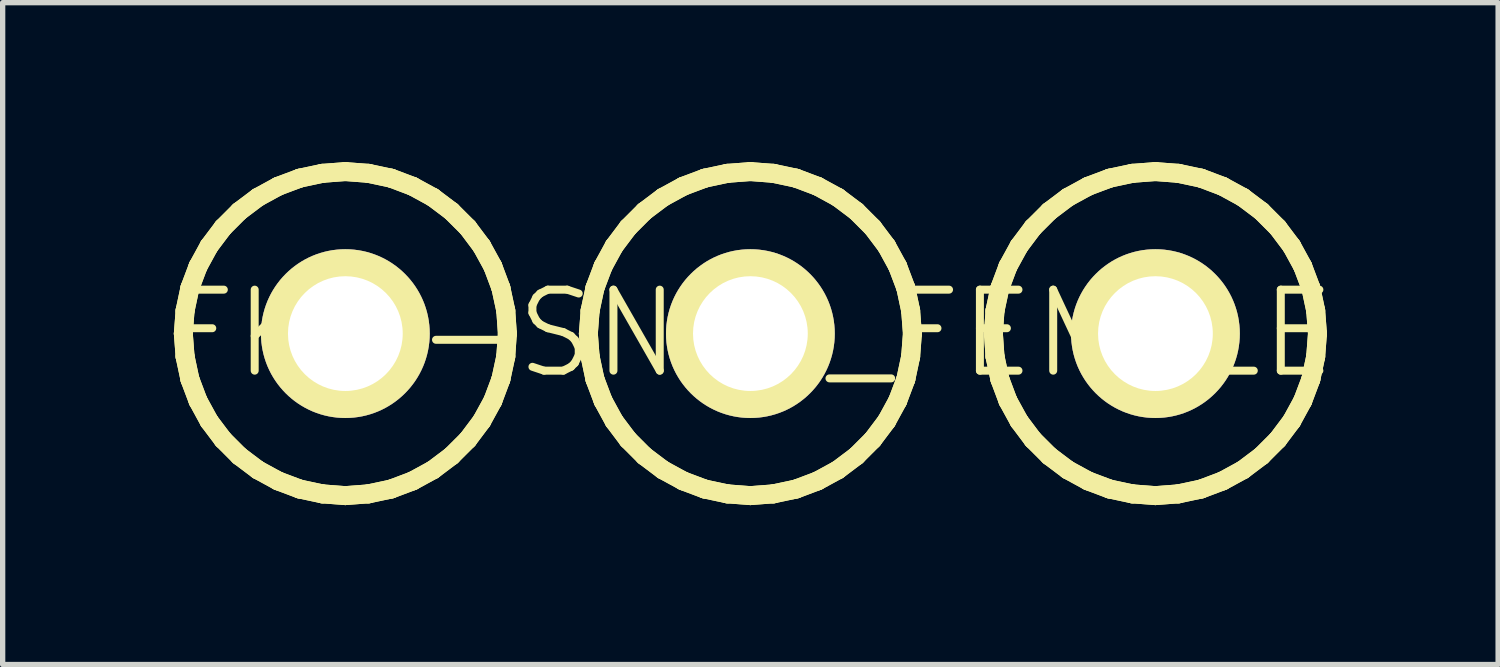
<source format=kicad_pcb>
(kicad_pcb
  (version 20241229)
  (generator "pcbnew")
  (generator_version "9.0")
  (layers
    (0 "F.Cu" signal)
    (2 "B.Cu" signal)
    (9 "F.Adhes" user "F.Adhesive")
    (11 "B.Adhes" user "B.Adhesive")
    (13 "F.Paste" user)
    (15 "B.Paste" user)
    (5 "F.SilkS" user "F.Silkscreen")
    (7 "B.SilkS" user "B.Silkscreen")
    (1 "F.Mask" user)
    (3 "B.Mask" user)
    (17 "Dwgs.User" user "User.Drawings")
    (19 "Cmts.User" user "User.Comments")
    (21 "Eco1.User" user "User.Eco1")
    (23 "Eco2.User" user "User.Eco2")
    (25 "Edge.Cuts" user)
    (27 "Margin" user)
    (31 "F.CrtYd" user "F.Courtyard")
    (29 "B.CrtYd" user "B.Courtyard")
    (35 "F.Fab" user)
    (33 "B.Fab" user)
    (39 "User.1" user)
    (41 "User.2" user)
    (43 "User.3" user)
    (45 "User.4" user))
  (footprint "FKIT-SNAP_FEMALE"
    (layer "F.Cu")
    (at 11.067 3.226)
    (property "Reference" "FKIT-SNAP_FEMALE" (at 0 0 0) (layer "F.SilkS") (effects (font (size 1.524 1.524) (thickness 0.15))))
    (attr exclude_from_pos_files exclude_from_bom)
    (fp_line (start -10.668 0) (end -10.635 -0.432) (stroke (width 0.254) (type solid)) (layer "B.Cu"))
    (fp_line (start -10.635 -0.432) (end -10.544 -0.859) (stroke (width 0.254) (type solid)) (layer "B.Cu"))
    (fp_line (start -10.635 0.432) (end -10.668 0) (stroke (width 0.254) (type solid)) (layer "B.Cu"))
    (fp_line (start -10.544 -0.859) (end -10.391 -1.265) (stroke (width 0.254) (type solid)) (layer "B.Cu"))
    (fp_line (start -10.544 0.859) (end -10.635 0.432) (stroke (width 0.254) (type solid)) (layer "B.Cu"))
    (fp_line (start -10.391 -1.265) (end -10.183 -1.646) (stroke (width 0.254) (type solid)) (layer "B.Cu"))
    (fp_line (start -10.391 1.265) (end -10.544 0.859) (stroke (width 0.254) (type solid)) (layer "B.Cu"))
    (fp_line (start -10.183 -1.646) (end -9.921 -1.994) (stroke (width 0.254) (type solid)) (layer "B.Cu"))
    (fp_line (start -10.183 1.646) (end -10.391 1.265) (stroke (width 0.254) (type solid)) (layer "B.Cu"))
    (fp_line (start -9.921 -1.994) (end -9.614 -2.301) (stroke (width 0.254) (type solid)) (layer "B.Cu"))
    (fp_line (start -9.921 1.994) (end -10.183 1.646) (stroke (width 0.254) (type solid)) (layer "B.Cu"))
    (fp_line (start -9.614 -2.301) (end -9.266 -2.563) (stroke (width 0.254) (type solid)) (layer "B.Cu"))
    (fp_line (start -9.614 2.301) (end -9.921 1.994) (stroke (width 0.254) (type solid)) (layer "B.Cu"))
    (fp_line (start -9.266 -2.563) (end -8.885 -2.771) (stroke (width 0.254) (type solid)) (layer "B.Cu"))
    (fp_line (start -9.266 2.563) (end -9.614 2.301) (stroke (width 0.254) (type solid)) (layer "B.Cu"))
    (fp_line (start -8.885 -2.771) (end -8.479 -2.924) (stroke (width 0.254) (type solid)) (layer "B.Cu"))
    (fp_line (start -8.885 2.771) (end -9.266 2.563) (stroke (width 0.254) (type solid)) (layer "B.Cu"))
    (fp_line (start -8.479 -2.924) (end -8.052 -3.015) (stroke (width 0.254) (type solid)) (layer "B.Cu"))
    (fp_line (start -8.479 2.924) (end -8.885 2.771) (stroke (width 0.254) (type solid)) (layer "B.Cu"))
    (fp_line (start -8.052 -3.015) (end -7.62 -3.048) (stroke (width 0.254) (type solid)) (layer "B.Cu"))
    (fp_line (start -8.052 3.015) (end -8.479 2.924) (stroke (width 0.254) (type solid)) (layer "B.Cu"))
    (fp_line (start -7.62 -3.048) (end -7.186 -3.015) (stroke (width 0.254) (type solid)) (layer "B.Cu"))
    (fp_line (start -7.62 3.048) (end -8.052 3.015) (stroke (width 0.254) (type solid)) (layer "B.Cu"))
    (fp_line (start -7.186 -3.015) (end -6.759 -2.924) (stroke (width 0.254) (type solid)) (layer "B.Cu"))
    (fp_line (start -7.186 3.015) (end -7.62 3.048) (stroke (width 0.254) (type solid)) (layer "B.Cu"))
    (fp_line (start -6.759 -2.924) (end -6.353 -2.771) (stroke (width 0.254) (type solid)) (layer "B.Cu"))
    (fp_line (start -6.759 2.924) (end -7.186 3.015) (stroke (width 0.254) (type solid)) (layer "B.Cu"))
    (fp_line (start -6.353 -2.771) (end -5.972 -2.563) (stroke (width 0.254) (type solid)) (layer "B.Cu"))
    (fp_line (start -6.353 2.771) (end -6.759 2.924) (stroke (width 0.254) (type solid)) (layer "B.Cu"))
    (fp_line (start -5.972 -2.563) (end -5.624 -2.301) (stroke (width 0.254) (type solid)) (layer "B.Cu"))
    (fp_line (start -5.972 2.563) (end -6.353 2.771) (stroke (width 0.254) (type solid)) (layer "B.Cu"))
    (fp_line (start -5.624 -2.301) (end -5.316 -1.994) (stroke (width 0.254) (type solid)) (layer "B.Cu"))
    (fp_line (start -5.624 2.301) (end -5.972 2.563) (stroke (width 0.254) (type solid)) (layer "B.Cu"))
    (fp_line (start -5.316 -1.994) (end -5.055 -1.646) (stroke (width 0.254) (type solid)) (layer "B.Cu"))
    (fp_line (start -5.316 1.994) (end -5.624 2.301) (stroke (width 0.254) (type solid)) (layer "B.Cu"))
    (fp_line (start -5.055 -1.646) (end -4.846 -1.265) (stroke (width 0.254) (type solid)) (layer "B.Cu"))
    (fp_line (start -5.055 1.646) (end -5.316 1.994) (stroke (width 0.254) (type solid)) (layer "B.Cu"))
    (fp_line (start -4.846 -1.265) (end -4.694 -0.859) (stroke (width 0.254) (type solid)) (layer "B.Cu"))
    (fp_line (start -4.846 1.265) (end -5.055 1.646) (stroke (width 0.254) (type solid)) (layer "B.Cu"))
    (fp_line (start -4.694 -0.859) (end -4.602 -0.432) (stroke (width 0.254) (type solid)) (layer "B.Cu"))
    (fp_line (start -4.694 0.859) (end -4.846 1.265) (stroke (width 0.254) (type solid)) (layer "B.Cu"))
    (fp_line (start -4.602 -0.432) (end -4.572 0) (stroke (width 0.254) (type solid)) (layer "B.Cu"))
    (fp_line (start -4.602 0.432) (end -4.694 0.859) (stroke (width 0.254) (type solid)) (layer "B.Cu"))
    (fp_line (start -4.572 0) (end -4.602 0.432) (stroke (width 0.254) (type solid)) (layer "B.Cu"))
    (fp_line (start -3.048 0) (end -3.015 -0.432) (stroke (width 0.254) (type solid)) (layer "B.Cu"))
    (fp_line (start -3.015 -0.432) (end -2.924 -0.859) (stroke (width 0.254) (type solid)) (layer "B.Cu"))
    (fp_line (start -3.015 0.432) (end -3.048 0) (stroke (width 0.254) (type solid)) (layer "B.Cu"))
    (fp_line (start -2.924 -0.859) (end -2.771 -1.265) (stroke (width 0.254) (type solid)) (layer "B.Cu"))
    (fp_line (start -2.924 0.859) (end -3.015 0.432) (stroke (width 0.254) (type solid)) (layer "B.Cu"))
    (fp_line (start -2.771 -1.265) (end -2.563 -1.646) (stroke (width 0.254) (type solid)) (layer "B.Cu"))
    (fp_line (start -2.771 1.265) (end -2.924 0.859) (stroke (width 0.254) (type solid)) (layer "B.Cu"))
    (fp_line (start -2.563 -1.646) (end -2.301 -1.994) (stroke (width 0.254) (type solid)) (layer "B.Cu"))
    (fp_line (start -2.563 1.646) (end -2.771 1.265) (stroke (width 0.254) (type solid)) (layer "B.Cu"))
    (fp_line (start -2.301 -1.994) (end -1.994 -2.301) (stroke (width 0.254) (type solid)) (layer "B.Cu"))
    (fp_line (start -2.301 1.994) (end -2.563 1.646) (stroke (width 0.254) (type solid)) (layer "B.Cu"))
    (fp_line (start -1.994 -2.301) (end -1.646 -2.563) (stroke (width 0.254) (type solid)) (layer "B.Cu"))
    (fp_line (start -1.994 2.301) (end -2.301 1.994) (stroke (width 0.254) (type solid)) (layer "B.Cu"))
    (fp_line (start -1.646 -2.563) (end -1.265 -2.771) (stroke (width 0.254) (type solid)) (layer "B.Cu"))
    (fp_line (start -1.646 2.563) (end -1.994 2.301) (stroke (width 0.254) (type solid)) (layer "B.Cu"))
    (fp_line (start -1.265 -2.771) (end -0.859 -2.924) (stroke (width 0.254) (type solid)) (layer "B.Cu"))
    (fp_line (start -1.265 2.771) (end -1.646 2.563) (stroke (width 0.254) (type solid)) (layer "B.Cu"))
    (fp_line (start -0.859 -2.924) (end -0.432 -3.015) (stroke (width 0.254) (type solid)) (layer "B.Cu"))
    (fp_line (start -0.859 2.924) (end -1.265 2.771) (stroke (width 0.254) (type solid)) (layer "B.Cu"))
    (fp_line (start -0.432 -3.015) (end 0 -3.048) (stroke (width 0.254) (type solid)) (layer "B.Cu"))
    (fp_line (start -0.432 3.015) (end -0.859 2.924) (stroke (width 0.254) (type solid)) (layer "B.Cu"))
    (fp_line (start 0 -3.048) (end 0.432 -3.015) (stroke (width 0.254) (type solid)) (layer "B.Cu"))
    (fp_line (start 0 3.048) (end -0.432 3.015) (stroke (width 0.254) (type solid)) (layer "B.Cu"))
    (fp_line (start 0.432 -3.015) (end 0.859 -2.924) (stroke (width 0.254) (type solid)) (layer "B.Cu"))
    (fp_line (start 0.432 3.015) (end 0 3.048) (stroke (width 0.254) (type solid)) (layer "B.Cu"))
    (fp_line (start 0.859 -2.924) (end 1.265 -2.771) (stroke (width 0.254) (type solid)) (layer "B.Cu"))
    (fp_line (start 0.859 2.924) (end 0.432 3.015) (stroke (width 0.254) (type solid)) (layer "B.Cu"))
    (fp_line (start 1.265 -2.771) (end 1.646 -2.563) (stroke (width 0.254) (type solid)) (layer "B.Cu"))
    (fp_line (start 1.265 2.771) (end 0.859 2.924) (stroke (width 0.254) (type solid)) (layer "B.Cu"))
    (fp_line (start 1.646 -2.563) (end 1.994 -2.301) (stroke (width 0.254) (type solid)) (layer "B.Cu"))
    (fp_line (start 1.646 2.563) (end 1.265 2.771) (stroke (width 0.254) (type solid)) (layer "B.Cu"))
    (fp_line (start 1.994 -2.301) (end 2.301 -1.994) (stroke (width 0.254) (type solid)) (layer "B.Cu"))
    (fp_line (start 1.994 2.301) (end 1.646 2.563) (stroke (width 0.254) (type solid)) (layer "B.Cu"))
    (fp_line (start 2.301 -1.994) (end 2.563 -1.646) (stroke (width 0.254) (type solid)) (layer "B.Cu"))
    (fp_line (start 2.301 1.994) (end 1.994 2.301) (stroke (width 0.254) (type solid)) (layer "B.Cu"))
    (fp_line (start 2.563 -1.646) (end 2.771 -1.265) (stroke (width 0.254) (type solid)) (layer "B.Cu"))
    (fp_line (start 2.563 1.646) (end 2.301 1.994) (stroke (width 0.254) (type solid)) (layer "B.Cu"))
    (fp_line (start 2.771 -1.265) (end 2.924 -0.859) (stroke (width 0.254) (type solid)) (layer "B.Cu"))
    (fp_line (start 2.771 1.265) (end 2.563 1.646) (stroke (width 0.254) (type solid)) (layer "B.Cu"))
    (fp_line (start 2.924 -0.859) (end 3.015 -0.432) (stroke (width 0.254) (type solid)) (layer "B.Cu"))
    (fp_line (start 2.924 0.859) (end 2.771 1.265) (stroke (width 0.254) (type solid)) (layer "B.Cu"))
    (fp_line (start 3.015 -0.432) (end 3.048 0) (stroke (width 0.254) (type solid)) (layer "B.Cu"))
    (fp_line (start 3.015 0.432) (end 2.924 0.859) (stroke (width 0.254) (type solid)) (layer "B.Cu"))
    (fp_line (start 3.048 0) (end 3.015 0.432) (stroke (width 0.254) (type solid)) (layer "B.Cu"))
    (fp_line (start 4.572 0) (end 4.602 -0.432) (stroke (width 0.254) (type solid)) (layer "B.Cu"))
    (fp_line (start 4.602 -0.432) (end 4.694 -0.859) (stroke (width 0.254) (type solid)) (layer "B.Cu"))
    (fp_line (start 4.602 0.432) (end 4.572 0) (stroke (width 0.254) (type solid)) (layer "B.Cu"))
    (fp_line (start 4.694 -0.859) (end 4.846 -1.265) (stroke (width 0.254) (type solid)) (layer "B.Cu"))
    (fp_line (start 4.694 0.859) (end 4.602 0.432) (stroke (width 0.254) (type solid)) (layer "B.Cu"))
    (fp_line (start 4.846 -1.265) (end 5.055 -1.646) (stroke (width 0.254) (type solid)) (layer "B.Cu"))
    (fp_line (start 4.846 1.265) (end 4.694 0.859) (stroke (width 0.254) (type solid)) (layer "B.Cu"))
    (fp_line (start 5.055 -1.646) (end 5.316 -1.994) (stroke (width 0.254) (type solid)) (layer "B.Cu"))
    (fp_line (start 5.055 1.646) (end 4.846 1.265) (stroke (width 0.254) (type solid)) (layer "B.Cu"))
    (fp_line (start 5.316 -1.994) (end 5.624 -2.301) (stroke (width 0.254) (type solid)) (layer "B.Cu"))
    (fp_line (start 5.316 1.994) (end 5.055 1.646) (stroke (width 0.254) (type solid)) (layer "B.Cu"))
    (fp_line (start 5.624 -2.301) (end 5.972 -2.563) (stroke (width 0.254) (type solid)) (layer "B.Cu"))
    (fp_line (start 5.624 2.301) (end 5.316 1.994) (stroke (width 0.254) (type solid)) (layer "B.Cu"))
    (fp_line (start 5.972 -2.563) (end 6.353 -2.771) (stroke (width 0.254) (type solid)) (layer "B.Cu"))
    (fp_line (start 5.972 2.563) (end 5.624 2.301) (stroke (width 0.254) (type solid)) (layer "B.Cu"))
    (fp_line (start 6.353 -2.771) (end 6.759 -2.924) (stroke (width 0.254) (type solid)) (layer "B.Cu"))
    (fp_line (start 6.353 2.771) (end 5.972 2.563) (stroke (width 0.254) (type solid)) (layer "B.Cu"))
    (fp_line (start 6.759 -2.924) (end 7.186 -3.015) (stroke (width 0.254) (type solid)) (layer "B.Cu"))
    (fp_line (start 6.759 2.924) (end 6.353 2.771) (stroke (width 0.254) (type solid)) (layer "B.Cu"))
    (fp_line (start 7.186 -3.015) (end 7.62 -3.048) (stroke (width 0.254) (type solid)) (layer "B.Cu"))
    (fp_line (start 7.186 3.015) (end 6.759 2.924) (stroke (width 0.254) (type solid)) (layer "B.Cu"))
    (fp_line (start 7.62 -3.048) (end 8.052 -3.015) (stroke (width 0.254) (type solid)) (layer "B.Cu"))
    (fp_line (start 7.62 3.048) (end 7.186 3.015) (stroke (width 0.254) (type solid)) (layer "B.Cu"))
    (fp_line (start 8.052 -3.015) (end 8.479 -2.924) (stroke (width 0.254) (type solid)) (layer "B.Cu"))
    (fp_line (start 8.052 3.015) (end 7.62 3.048) (stroke (width 0.254) (type solid)) (layer "B.Cu"))
    (fp_line (start 8.479 -2.924) (end 8.885 -2.771) (stroke (width 0.254) (type solid)) (layer "B.Cu"))
    (fp_line (start 8.479 2.924) (end 8.052 3.015) (stroke (width 0.254) (type solid)) (layer "B.Cu"))
    (fp_line (start 8.885 -2.771) (end 9.266 -2.563) (stroke (width 0.254) (type solid)) (layer "B.Cu"))
    (fp_line (start 8.885 2.771) (end 8.479 2.924) (stroke (width 0.254) (type solid)) (layer "B.Cu"))
    (fp_line (start 9.266 -2.563) (end 9.614 -2.301) (stroke (width 0.254) (type solid)) (layer "B.Cu"))
    (fp_line (start 9.266 2.563) (end 8.885 2.771) (stroke (width 0.254) (type solid)) (layer "B.Cu"))
    (fp_line (start 9.614 -2.301) (end 9.921 -1.994) (stroke (width 0.254) (type solid)) (layer "B.Cu"))
    (fp_line (start 9.614 2.301) (end 9.266 2.563) (stroke (width 0.254) (type solid)) (layer "B.Cu"))
    (fp_line (start 9.921 -1.994) (end 10.183 -1.646) (stroke (width 0.254) (type solid)) (layer "B.Cu"))
    (fp_line (start 9.921 1.994) (end 9.614 2.301) (stroke (width 0.254) (type solid)) (layer "B.Cu"))
    (fp_line (start 10.183 -1.646) (end 10.391 -1.265) (stroke (width 0.254) (type solid)) (layer "B.Cu"))
    (fp_line (start 10.183 1.646) (end 9.921 1.994) (stroke (width 0.254) (type solid)) (layer "B.Cu"))
    (fp_line (start 10.391 -1.265) (end 10.544 -0.859) (stroke (width 0.254) (type solid)) (layer "B.Cu"))
    (fp_line (start 10.391 1.265) (end 10.183 1.646) (stroke (width 0.254) (type solid)) (layer "B.Cu"))
    (fp_line (start 10.544 -0.859) (end 10.635 -0.432) (stroke (width 0.254) (type solid)) (layer "B.Cu"))
    (fp_line (start 10.544 0.859) (end 10.391 1.265) (stroke (width 0.254) (type solid)) (layer "B.Cu"))
    (fp_line (start 10.635 -0.432) (end 10.668 0) (stroke (width 0.254) (type solid)) (layer "B.Cu"))
    (fp_line (start 10.635 0.432) (end 10.544 0.859) (stroke (width 0.254) (type solid)) (layer "B.Cu"))
    (fp_line (start 10.668 0) (end 10.635 0.432) (stroke (width 0.254) (type solid)) (layer "B.Cu"))
    (fp_line (start -10.668 0) (end -10.635 -0.432) (stroke (width 0.356) (type solid)) (layer "F.SilkS"))
    (fp_line (start -10.668 0) (end -10.635 -0.432) (stroke (width 0.356) (type solid)) (layer "F.SilkS"))
    (fp_line (start -10.635 -0.432) (end -10.544 -0.859) (stroke (width 0.356) (type solid)) (layer "F.SilkS"))
    (fp_line (start -10.635 -0.432) (end -10.544 -0.859) (stroke (width 0.356) (type solid)) (layer "F.SilkS"))
    (fp_line (start -10.635 0.432) (end -10.668 0) (stroke (width 0.356) (type solid)) (layer "F.SilkS"))
    (fp_line (start -10.635 0.432) (end -10.668 0) (stroke (width 0.356) (type solid)) (layer "F.SilkS"))
    (fp_line (start -10.544 -0.859) (end -10.391 -1.265) (stroke (width 0.356) (type solid)) (layer "F.SilkS"))
    (fp_line (start -10.544 -0.859) (end -10.391 -1.265) (stroke (width 0.356) (type solid)) (layer "F.SilkS"))
    (fp_line (start -10.544 0.859) (end -10.635 0.432) (stroke (width 0.356) (type solid)) (layer "F.SilkS"))
    (fp_line (start -10.544 0.859) (end -10.635 0.432) (stroke (width 0.356) (type solid)) (layer "F.SilkS"))
    (fp_line (start -10.391 -1.265) (end -10.183 -1.646) (stroke (width 0.356) (type solid)) (layer "F.SilkS"))
    (fp_line (start -10.391 -1.265) (end -10.183 -1.646) (stroke (width 0.356) (type solid)) (layer "F.SilkS"))
    (fp_line (start -10.391 1.265) (end -10.544 0.859) (stroke (width 0.356) (type solid)) (layer "F.SilkS"))
    (fp_line (start -10.391 1.265) (end -10.544 0.859) (stroke (width 0.356) (type solid)) (layer "F.SilkS"))
    (fp_line (start -10.183 -1.646) (end -9.921 -1.994) (stroke (width 0.356) (type solid)) (layer "F.SilkS"))
    (fp_line (start -10.183 -1.646) (end -9.921 -1.994) (stroke (width 0.356) (type solid)) (layer "F.SilkS"))
    (fp_line (start -10.183 1.646) (end -10.391 1.265) (stroke (width 0.356) (type solid)) (layer "F.SilkS"))
    (fp_line (start -10.183 1.646) (end -10.391 1.265) (stroke (width 0.356) (type solid)) (layer "F.SilkS"))
    (fp_line (start -9.921 -1.994) (end -9.614 -2.301) (stroke (width 0.356) (type solid)) (layer "F.SilkS"))
    (fp_line (start -9.921 -1.994) (end -9.614 -2.301) (stroke (width 0.356) (type solid)) (layer "F.SilkS"))
    (fp_line (start -9.921 1.994) (end -10.183 1.646) (stroke (width 0.356) (type solid)) (layer "F.SilkS"))
    (fp_line (start -9.921 1.994) (end -10.183 1.646) (stroke (width 0.356) (type solid)) (layer "F.SilkS"))
    (fp_line (start -9.614 -2.301) (end -9.266 -2.563) (stroke (width 0.356) (type solid)) (layer "F.SilkS"))
    (fp_line (start -9.614 -2.301) (end -9.266 -2.563) (stroke (width 0.356) (type solid)) (layer "F.SilkS"))
    (fp_line (start -9.614 2.301) (end -9.921 1.994) (stroke (width 0.356) (type solid)) (layer "F.SilkS"))
    (fp_line (start -9.614 2.301) (end -9.921 1.994) (stroke (width 0.356) (type solid)) (layer "F.SilkS"))
    (fp_line (start -9.266 -2.563) (end -8.885 -2.771) (stroke (width 0.356) (type solid)) (layer "F.SilkS"))
    (fp_line (start -9.266 -2.563) (end -8.885 -2.771) (stroke (width 0.356) (type solid)) (layer "F.SilkS"))
    (fp_line (start -9.266 2.563) (end -9.614 2.301) (stroke (width 0.356) (type solid)) (layer "F.SilkS"))
    (fp_line (start -9.266 2.563) (end -9.614 2.301) (stroke (width 0.356) (type solid)) (layer "F.SilkS"))
    (fp_line (start -8.885 -2.771) (end -8.479 -2.924) (stroke (width 0.356) (type solid)) (layer "F.SilkS"))
    (fp_line (start -8.885 -2.771) (end -8.479 -2.924) (stroke (width 0.356) (type solid)) (layer "F.SilkS"))
    (fp_line (start -8.885 2.771) (end -9.266 2.563) (stroke (width 0.356) (type solid)) (layer "F.SilkS"))
    (fp_line (start -8.885 2.771) (end -9.266 2.563) (stroke (width 0.356) (type solid)) (layer "F.SilkS"))
    (fp_line (start -8.479 -2.924) (end -8.052 -3.015) (stroke (width 0.356) (type solid)) (layer "F.SilkS"))
    (fp_line (start -8.479 -2.924) (end -8.052 -3.015) (stroke (width 0.356) (type solid)) (layer "F.SilkS"))
    (fp_line (start -8.479 2.924) (end -8.885 2.771) (stroke (width 0.356) (type solid)) (layer "F.SilkS"))
    (fp_line (start -8.479 2.924) (end -8.885 2.771) (stroke (width 0.356) (type solid)) (layer "F.SilkS"))
    (fp_line (start -8.052 -3.015) (end -7.62 -3.048) (stroke (width 0.356) (type solid)) (layer "F.SilkS"))
    (fp_line (start -8.052 -3.015) (end -7.62 -3.048) (stroke (width 0.356) (type solid)) (layer "F.SilkS"))
    (fp_line (start -8.052 3.015) (end -8.479 2.924) (stroke (width 0.356) (type solid)) (layer "F.SilkS"))
    (fp_line (start -8.052 3.015) (end -8.479 2.924) (stroke (width 0.356) (type solid)) (layer "F.SilkS"))
    (fp_line (start -7.62 -3.048) (end -7.186 -3.015) (stroke (width 0.356) (type solid)) (layer "F.SilkS"))
    (fp_line (start -7.62 -3.048) (end -7.186 -3.015) (stroke (width 0.356) (type solid)) (layer "F.SilkS"))
    (fp_line (start -7.62 3.048) (end -8.052 3.015) (stroke (width 0.356) (type solid)) (layer "F.SilkS"))
    (fp_line (start -7.62 3.048) (end -8.052 3.015) (stroke (width 0.356) (type solid)) (layer "F.SilkS"))
    (fp_line (start -7.186 -3.015) (end -6.759 -2.924) (stroke (width 0.356) (type solid)) (layer "F.SilkS"))
    (fp_line (start -7.186 -3.015) (end -6.759 -2.924) (stroke (width 0.356) (type solid)) (layer "F.SilkS"))
    (fp_line (start -7.186 3.015) (end -7.62 3.048) (stroke (width 0.356) (type solid)) (layer "F.SilkS"))
    (fp_line (start -7.186 3.015) (end -7.62 3.048) (stroke (width 0.356) (type solid)) (layer "F.SilkS"))
    (fp_line (start -6.759 -2.924) (end -6.353 -2.771) (stroke (width 0.356) (type solid)) (layer "F.SilkS"))
    (fp_line (start -6.759 -2.924) (end -6.353 -2.771) (stroke (width 0.356) (type solid)) (layer "F.SilkS"))
    (fp_line (start -6.759 2.924) (end -7.186 3.015) (stroke (width 0.356) (type solid)) (layer "F.SilkS"))
    (fp_line (start -6.759 2.924) (end -7.186 3.015) (stroke (width 0.356) (type solid)) (layer "F.SilkS"))
    (fp_line (start -6.353 -2.771) (end -5.972 -2.563) (stroke (width 0.356) (type solid)) (layer "F.SilkS"))
    (fp_line (start -6.353 -2.771) (end -5.972 -2.563) (stroke (width 0.356) (type solid)) (layer "F.SilkS"))
    (fp_line (start -6.353 2.771) (end -6.759 2.924) (stroke (width 0.356) (type solid)) (layer "F.SilkS"))
    (fp_line (start -6.353 2.771) (end -6.759 2.924) (stroke (width 0.356) (type solid)) (layer "F.SilkS"))
    (fp_line (start -5.972 -2.563) (end -5.624 -2.301) (stroke (width 0.356) (type solid)) (layer "F.SilkS"))
    (fp_line (start -5.972 -2.563) (end -5.624 -2.301) (stroke (width 0.356) (type solid)) (layer "F.SilkS"))
    (fp_line (start -5.972 2.563) (end -6.353 2.771) (stroke (width 0.356) (type solid)) (layer "F.SilkS"))
    (fp_line (start -5.972 2.563) (end -6.353 2.771) (stroke (width 0.356) (type solid)) (layer "F.SilkS"))
    (fp_line (start -5.624 -2.301) (end -5.316 -1.994) (stroke (width 0.356) (type solid)) (layer "F.SilkS"))
    (fp_line (start -5.624 -2.301) (end -5.316 -1.994) (stroke (width 0.356) (type solid)) (layer "F.SilkS"))
    (fp_line (start -5.624 2.301) (end -5.972 2.563) (stroke (width 0.356) (type solid)) (layer "F.SilkS"))
    (fp_line (start -5.624 2.301) (end -5.972 2.563) (stroke (width 0.356) (type solid)) (layer "F.SilkS"))
    (fp_line (start -5.316 -1.994) (end -5.055 -1.646) (stroke (width 0.356) (type solid)) (layer "F.SilkS"))
    (fp_line (start -5.316 -1.994) (end -5.055 -1.646) (stroke (width 0.356) (type solid)) (layer "F.SilkS"))
    (fp_line (start -5.316 1.994) (end -5.624 2.301) (stroke (width 0.356) (type solid)) (layer "F.SilkS"))
    (fp_line (start -5.316 1.994) (end -5.624 2.301) (stroke (width 0.356) (type solid)) (layer "F.SilkS"))
    (fp_line (start -5.055 -1.646) (end -4.846 -1.265) (stroke (width 0.356) (type solid)) (layer "F.SilkS"))
    (fp_line (start -5.055 -1.646) (end -4.846 -1.265) (stroke (width 0.356) (type solid)) (layer "F.SilkS"))
    (fp_line (start -5.055 1.646) (end -5.316 1.994) (stroke (width 0.356) (type solid)) (layer "F.SilkS"))
    (fp_line (start -5.055 1.646) (end -5.316 1.994) (stroke (width 0.356) (type solid)) (layer "F.SilkS"))
    (fp_line (start -4.846 -1.265) (end -4.694 -0.859) (stroke (width 0.356) (type solid)) (layer "F.SilkS"))
    (fp_line (start -4.846 -1.265) (end -4.694 -0.859) (stroke (width 0.356) (type solid)) (layer "F.SilkS"))
    (fp_line (start -4.846 1.265) (end -5.055 1.646) (stroke (width 0.356) (type solid)) (layer "F.SilkS"))
    (fp_line (start -4.846 1.265) (end -5.055 1.646) (stroke (width 0.356) (type solid)) (layer "F.SilkS"))
    (fp_line (start -4.694 -0.859) (end -4.602 -0.432) (stroke (width 0.356) (type solid)) (layer "F.SilkS"))
    (fp_line (start -4.694 -0.859) (end -4.602 -0.432) (stroke (width 0.356) (type solid)) (layer "F.SilkS"))
    (fp_line (start -4.694 0.859) (end -4.846 1.265) (stroke (width 0.356) (type solid)) (layer "F.SilkS"))
    (fp_line (start -4.694 0.859) (end -4.846 1.265) (stroke (width 0.356) (type solid)) (layer "F.SilkS"))
    (fp_line (start -4.602 -0.432) (end -4.572 0) (stroke (width 0.356) (type solid)) (layer "F.SilkS"))
    (fp_line (start -4.602 -0.432) (end -4.572 0) (stroke (width 0.356) (type solid)) (layer "F.SilkS"))
    (fp_line (start -4.602 0.432) (end -4.694 0.859) (stroke (width 0.356) (type solid)) (layer "F.SilkS"))
    (fp_line (start -4.602 0.432) (end -4.694 0.859) (stroke (width 0.356) (type solid)) (layer "F.SilkS"))
    (fp_line (start -4.572 0) (end -4.602 0.432) (stroke (width 0.356) (type solid)) (layer "F.SilkS"))
    (fp_line (start -4.572 0) (end -4.602 0.432) (stroke (width 0.356) (type solid)) (layer "F.SilkS"))
    (fp_line (start -3.048 0) (end -3.015 -0.432) (stroke (width 0.356) (type solid)) (layer "F.SilkS"))
    (fp_line (start -3.048 0) (end -3.015 -0.432) (stroke (width 0.356) (type solid)) (layer "F.SilkS"))
    (fp_line (start -3.015 -0.432) (end -2.924 -0.859) (stroke (width 0.356) (type solid)) (layer "F.SilkS"))
    (fp_line (start -3.015 -0.432) (end -2.924 -0.859) (stroke (width 0.356) (type solid)) (layer "F.SilkS"))
    (fp_line (start -3.015 0.432) (end -3.048 0) (stroke (width 0.356) (type solid)) (layer "F.SilkS"))
    (fp_line (start -3.015 0.432) (end -3.048 0) (stroke (width 0.356) (type solid)) (layer "F.SilkS"))
    (fp_line (start -2.924 -0.859) (end -2.771 -1.265) (stroke (width 0.356) (type solid)) (layer "F.SilkS"))
    (fp_line (start -2.924 -0.859) (end -2.771 -1.265) (stroke (width 0.356) (type solid)) (layer "F.SilkS"))
    (fp_line (start -2.924 0.859) (end -3.015 0.432) (stroke (width 0.356) (type solid)) (layer "F.SilkS"))
    (fp_line (start -2.924 0.859) (end -3.015 0.432) (stroke (width 0.356) (type solid)) (layer "F.SilkS"))
    (fp_line (start -2.771 -1.265) (end -2.563 -1.646) (stroke (width 0.356) (type solid)) (layer "F.SilkS"))
    (fp_line (start -2.771 -1.265) (end -2.563 -1.646) (stroke (width 0.356) (type solid)) (layer "F.SilkS"))
    (fp_line (start -2.771 1.265) (end -2.924 0.859) (stroke (width 0.356) (type solid)) (layer "F.SilkS"))
    (fp_line (start -2.771 1.265) (end -2.924 0.859) (stroke (width 0.356) (type solid)) (layer "F.SilkS"))
    (fp_line (start -2.563 -1.646) (end -2.301 -1.994) (stroke (width 0.356) (type solid)) (layer "F.SilkS"))
    (fp_line (start -2.563 -1.646) (end -2.301 -1.994) (stroke (width 0.356) (type solid)) (layer "F.SilkS"))
    (fp_line (start -2.563 1.646) (end -2.771 1.265) (stroke (width 0.356) (type solid)) (layer "F.SilkS"))
    (fp_line (start -2.563 1.646) (end -2.771 1.265) (stroke (width 0.356) (type solid)) (layer "F.SilkS"))
    (fp_line (start -2.301 -1.994) (end -1.994 -2.301) (stroke (width 0.356) (type solid)) (layer "F.SilkS"))
    (fp_line (start -2.301 -1.994) (end -1.994 -2.301) (stroke (width 0.356) (type solid)) (layer "F.SilkS"))
    (fp_line (start -2.301 1.994) (end -2.563 1.646) (stroke (width 0.356) (type solid)) (layer "F.SilkS"))
    (fp_line (start -2.301 1.994) (end -2.563 1.646) (stroke (width 0.356) (type solid)) (layer "F.SilkS"))
    (fp_line (start -1.994 -2.301) (end -1.646 -2.563) (stroke (width 0.356) (type solid)) (layer "F.SilkS"))
    (fp_line (start -1.994 -2.301) (end -1.646 -2.563) (stroke (width 0.356) (type solid)) (layer "F.SilkS"))
    (fp_line (start -1.994 2.301) (end -2.301 1.994) (stroke (width 0.356) (type solid)) (layer "F.SilkS"))
    (fp_line (start -1.994 2.301) (end -2.301 1.994) (stroke (width 0.356) (type solid)) (layer "F.SilkS"))
    (fp_line (start -1.646 -2.563) (end -1.265 -2.771) (stroke (width 0.356) (type solid)) (layer "F.SilkS"))
    (fp_line (start -1.646 -2.563) (end -1.265 -2.771) (stroke (width 0.356) (type solid)) (layer "F.SilkS"))
    (fp_line (start -1.646 2.563) (end -1.994 2.301) (stroke (width 0.356) (type solid)) (layer "F.SilkS"))
    (fp_line (start -1.646 2.563) (end -1.994 2.301) (stroke (width 0.356) (type solid)) (layer "F.SilkS"))
    (fp_line (start -1.265 -2.771) (end -0.859 -2.924) (stroke (width 0.356) (type solid)) (layer "F.SilkS"))
    (fp_line (start -1.265 -2.771) (end -0.859 -2.924) (stroke (width 0.356) (type solid)) (layer "F.SilkS"))
    (fp_line (start -1.265 2.771) (end -1.646 2.563) (stroke (width 0.356) (type solid)) (layer "F.SilkS"))
    (fp_line (start -1.265 2.771) (end -1.646 2.563) (stroke (width 0.356) (type solid)) (layer "F.SilkS"))
    (fp_line (start -0.859 -2.924) (end -0.432 -3.015) (stroke (width 0.356) (type solid)) (layer "F.SilkS"))
    (fp_line (start -0.859 -2.924) (end -0.432 -3.015) (stroke (width 0.356) (type solid)) (layer "F.SilkS"))
    (fp_line (start -0.859 2.924) (end -1.265 2.771) (stroke (width 0.356) (type solid)) (layer "F.SilkS"))
    (fp_line (start -0.859 2.924) (end -1.265 2.771) (stroke (width 0.356) (type solid)) (layer "F.SilkS"))
    (fp_line (start -0.432 -3.015) (end 0 -3.048) (stroke (width 0.356) (type solid)) (layer "F.SilkS"))
    (fp_line (start -0.432 -3.015) (end 0 -3.048) (stroke (width 0.356) (type solid)) (layer "F.SilkS"))
    (fp_line (start -0.432 3.015) (end -0.859 2.924) (stroke (width 0.356) (type solid)) (layer "F.SilkS"))
    (fp_line (start -0.432 3.015) (end -0.859 2.924) (stroke (width 0.356) (type solid)) (layer "F.SilkS"))
    (fp_line (start 0 -3.048) (end 0.432 -3.015) (stroke (width 0.356) (type solid)) (layer "F.SilkS"))
    (fp_line (start 0 -3.048) (end 0.432 -3.015) (stroke (width 0.356) (type solid)) (layer "F.SilkS"))
    (fp_line (start 0 3.048) (end -0.432 3.015) (stroke (width 0.356) (type solid)) (layer "F.SilkS"))
    (fp_line (start 0 3.048) (end -0.432 3.015) (stroke (width 0.356) (type solid)) (layer "F.SilkS"))
    (fp_line (start 0.432 -3.015) (end 0.859 -2.924) (stroke (width 0.356) (type solid)) (layer "F.SilkS"))
    (fp_line (start 0.432 -3.015) (end 0.859 -2.924) (stroke (width 0.356) (type solid)) (layer "F.SilkS"))
    (fp_line (start 0.432 3.015) (end 0 3.048) (stroke (width 0.356) (type solid)) (layer "F.SilkS"))
    (fp_line (start 0.432 3.015) (end 0 3.048) (stroke (width 0.356) (type solid)) (layer "F.SilkS"))
    (fp_line (start 0.859 -2.924) (end 1.265 -2.771) (stroke (width 0.356) (type solid)) (layer "F.SilkS"))
    (fp_line (start 0.859 -2.924) (end 1.265 -2.771) (stroke (width 0.356) (type solid)) (layer "F.SilkS"))
    (fp_line (start 0.859 2.924) (end 0.432 3.015) (stroke (width 0.356) (type solid)) (layer "F.SilkS"))
    (fp_line (start 0.859 2.924) (end 0.432 3.015) (stroke (width 0.356) (type solid)) (layer "F.SilkS"))
    (fp_line (start 1.265 -2.771) (end 1.646 -2.563) (stroke (width 0.356) (type solid)) (layer "F.SilkS"))
    (fp_line (start 1.265 -2.771) (end 1.646 -2.563) (stroke (width 0.356) (type solid)) (layer "F.SilkS"))
    (fp_line (start 1.265 2.771) (end 0.859 2.924) (stroke (width 0.356) (type solid)) (layer "F.SilkS"))
    (fp_line (start 1.265 2.771) (end 0.859 2.924) (stroke (width 0.356) (type solid)) (layer "F.SilkS"))
    (fp_line (start 1.646 -2.563) (end 1.994 -2.301) (stroke (width 0.356) (type solid)) (layer "F.SilkS"))
    (fp_line (start 1.646 -2.563) (end 1.994 -2.301) (stroke (width 0.356) (type solid)) (layer "F.SilkS"))
    (fp_line (start 1.646 2.563) (end 1.265 2.771) (stroke (width 0.356) (type solid)) (layer "F.SilkS"))
    (fp_line (start 1.646 2.563) (end 1.265 2.771) (stroke (width 0.356) (type solid)) (layer "F.SilkS"))
    (fp_line (start 1.994 -2.301) (end 2.301 -1.994) (stroke (width 0.356) (type solid)) (layer "F.SilkS"))
    (fp_line (start 1.994 -2.301) (end 2.301 -1.994) (stroke (width 0.356) (type solid)) (layer "F.SilkS"))
    (fp_line (start 1.994 2.301) (end 1.646 2.563) (stroke (width 0.356) (type solid)) (layer "F.SilkS"))
    (fp_line (start 1.994 2.301) (end 1.646 2.563) (stroke (width 0.356) (type solid)) (layer "F.SilkS"))
    (fp_line (start 2.301 -1.994) (end 2.563 -1.646) (stroke (width 0.356) (type solid)) (layer "F.SilkS"))
    (fp_line (start 2.301 -1.994) (end 2.563 -1.646) (stroke (width 0.356) (type solid)) (layer "F.SilkS"))
    (fp_line (start 2.301 1.994) (end 1.994 2.301) (stroke (width 0.356) (type solid)) (layer "F.SilkS"))
    (fp_line (start 2.301 1.994) (end 1.994 2.301) (stroke (width 0.356) (type solid)) (layer "F.SilkS"))
    (fp_line (start 2.563 -1.646) (end 2.771 -1.265) (stroke (width 0.356) (type solid)) (layer "F.SilkS"))
    (fp_line (start 2.563 -1.646) (end 2.771 -1.265) (stroke (width 0.356) (type solid)) (layer "F.SilkS"))
    (fp_line (start 2.563 1.646) (end 2.301 1.994) (stroke (width 0.356) (type solid)) (layer "F.SilkS"))
    (fp_line (start 2.563 1.646) (end 2.301 1.994) (stroke (width 0.356) (type solid)) (layer "F.SilkS"))
    (fp_line (start 2.771 -1.265) (end 2.924 -0.859) (stroke (width 0.356) (type solid)) (layer "F.SilkS"))
    (fp_line (start 2.771 -1.265) (end 2.924 -0.859) (stroke (width 0.356) (type solid)) (layer "F.SilkS"))
    (fp_line (start 2.771 1.265) (end 2.563 1.646) (stroke (width 0.356) (type solid)) (layer "F.SilkS"))
    (fp_line (start 2.771 1.265) (end 2.563 1.646) (stroke (width 0.356) (type solid)) (layer "F.SilkS"))
    (fp_line (start 2.924 -0.859) (end 3.015 -0.432) (stroke (width 0.356) (type solid)) (layer "F.SilkS"))
    (fp_line (start 2.924 -0.859) (end 3.015 -0.432) (stroke (width 0.356) (type solid)) (layer "F.SilkS"))
    (fp_line (start 2.924 0.859) (end 2.771 1.265) (stroke (width 0.356) (type solid)) (layer "F.SilkS"))
    (fp_line (start 2.924 0.859) (end 2.771 1.265) (stroke (width 0.356) (type solid)) (layer "F.SilkS"))
    (fp_line (start 3.015 -0.432) (end 3.048 0) (stroke (width 0.356) (type solid)) (layer "F.SilkS"))
    (fp_line (start 3.015 -0.432) (end 3.048 0) (stroke (width 0.356) (type solid)) (layer "F.SilkS"))
    (fp_line (start 3.015 0.432) (end 2.924 0.859) (stroke (width 0.356) (type solid)) (layer "F.SilkS"))
    (fp_line (start 3.015 0.432) (end 2.924 0.859) (stroke (width 0.356) (type solid)) (layer "F.SilkS"))
    (fp_line (start 3.048 0) (end 3.015 0.432) (stroke (width 0.356) (type solid)) (layer "F.SilkS"))
    (fp_line (start 3.048 0) (end 3.015 0.432) (stroke (width 0.356) (type solid)) (layer "F.SilkS"))
    (fp_line (start 4.572 0) (end 4.602 -0.432) (stroke (width 0.356) (type solid)) (layer "F.SilkS"))
    (fp_line (start 4.572 0) (end 4.602 -0.432) (stroke (width 0.356) (type solid)) (layer "F.SilkS"))
    (fp_line (start 4.602 -0.432) (end 4.694 -0.859) (stroke (width 0.356) (type solid)) (layer "F.SilkS"))
    (fp_line (start 4.602 -0.432) (end 4.694 -0.859) (stroke (width 0.356) (type solid)) (layer "F.SilkS"))
    (fp_line (start 4.602 0.432) (end 4.572 0) (stroke (width 0.356) (type solid)) (layer "F.SilkS"))
    (fp_line (start 4.602 0.432) (end 4.572 0) (stroke (width 0.356) (type solid)) (layer "F.SilkS"))
    (fp_line (start 4.694 -0.859) (end 4.846 -1.265) (stroke (width 0.356) (type solid)) (layer "F.SilkS"))
    (fp_line (start 4.694 -0.859) (end 4.846 -1.265) (stroke (width 0.356) (type solid)) (layer "F.SilkS"))
    (fp_line (start 4.694 0.859) (end 4.602 0.432) (stroke (width 0.356) (type solid)) (layer "F.SilkS"))
    (fp_line (start 4.694 0.859) (end 4.602 0.432) (stroke (width 0.356) (type solid)) (layer "F.SilkS"))
    (fp_line (start 4.846 -1.265) (end 5.055 -1.646) (stroke (width 0.356) (type solid)) (layer "F.SilkS"))
    (fp_line (start 4.846 -1.265) (end 5.055 -1.646) (stroke (width 0.356) (type solid)) (layer "F.SilkS"))
    (fp_line (start 4.846 1.265) (end 4.694 0.859) (stroke (width 0.356) (type solid)) (layer "F.SilkS"))
    (fp_line (start 4.846 1.265) (end 4.694 0.859) (stroke (width 0.356) (type solid)) (layer "F.SilkS"))
    (fp_line (start 5.055 -1.646) (end 5.316 -1.994) (stroke (width 0.356) (type solid)) (layer "F.SilkS"))
    (fp_line (start 5.055 -1.646) (end 5.316 -1.994) (stroke (width 0.356) (type solid)) (layer "F.SilkS"))
    (fp_line (start 5.055 1.646) (end 4.846 1.265) (stroke (width 0.356) (type solid)) (layer "F.SilkS"))
    (fp_line (start 5.055 1.646) (end 4.846 1.265) (stroke (width 0.356) (type solid)) (layer "F.SilkS"))
    (fp_line (start 5.316 -1.994) (end 5.624 -2.301) (stroke (width 0.356) (type solid)) (layer "F.SilkS"))
    (fp_line (start 5.316 -1.994) (end 5.624 -2.301) (stroke (width 0.356) (type solid)) (layer "F.SilkS"))
    (fp_line (start 5.316 1.994) (end 5.055 1.646) (stroke (width 0.356) (type solid)) (layer "F.SilkS"))
    (fp_line (start 5.316 1.994) (end 5.055 1.646) (stroke (width 0.356) (type solid)) (layer "F.SilkS"))
    (fp_line (start 5.624 -2.301) (end 5.972 -2.563) (stroke (width 0.356) (type solid)) (layer "F.SilkS"))
    (fp_line (start 5.624 -2.301) (end 5.972 -2.563) (stroke (width 0.356) (type solid)) (layer "F.SilkS"))
    (fp_line (start 5.624 2.301) (end 5.316 1.994) (stroke (width 0.356) (type solid)) (layer "F.SilkS"))
    (fp_line (start 5.624 2.301) (end 5.316 1.994) (stroke (width 0.356) (type solid)) (layer "F.SilkS"))
    (fp_line (start 5.972 -2.563) (end 6.353 -2.771) (stroke (width 0.356) (type solid)) (layer "F.SilkS"))
    (fp_line (start 5.972 -2.563) (end 6.353 -2.771) (stroke (width 0.356) (type solid)) (layer "F.SilkS"))
    (fp_line (start 5.972 2.563) (end 5.624 2.301) (stroke (width 0.356) (type solid)) (layer "F.SilkS"))
    (fp_line (start 5.972 2.563) (end 5.624 2.301) (stroke (width 0.356) (type solid)) (layer "F.SilkS"))
    (fp_line (start 6.353 -2.771) (end 6.759 -2.924) (stroke (width 0.356) (type solid)) (layer "F.SilkS"))
    (fp_line (start 6.353 -2.771) (end 6.759 -2.924) (stroke (width 0.356) (type solid)) (layer "F.SilkS"))
    (fp_line (start 6.353 2.771) (end 5.972 2.563) (stroke (width 0.356) (type solid)) (layer "F.SilkS"))
    (fp_line (start 6.353 2.771) (end 5.972 2.563) (stroke (width 0.356) (type solid)) (layer "F.SilkS"))
    (fp_line (start 6.759 -2.924) (end 7.186 -3.015) (stroke (width 0.356) (type solid)) (layer "F.SilkS"))
    (fp_line (start 6.759 -2.924) (end 7.186 -3.015) (stroke (width 0.356) (type solid)) (layer "F.SilkS"))
    (fp_line (start 6.759 2.924) (end 6.353 2.771) (stroke (width 0.356) (type solid)) (layer "F.SilkS"))
    (fp_line (start 6.759 2.924) (end 6.353 2.771) (stroke (width 0.356) (type solid)) (layer "F.SilkS"))
    (fp_line (start 7.186 -3.015) (end 7.62 -3.048) (stroke (width 0.356) (type solid)) (layer "F.SilkS"))
    (fp_line (start 7.186 -3.015) (end 7.62 -3.048) (stroke (width 0.356) (type solid)) (layer "F.SilkS"))
    (fp_line (start 7.186 3.015) (end 6.759 2.924) (stroke (width 0.356) (type solid)) (layer "F.SilkS"))
    (fp_line (start 7.186 3.015) (end 6.759 2.924) (stroke (width 0.356) (type solid)) (layer "F.SilkS"))
    (fp_line (start 7.62 -3.048) (end 8.052 -3.015) (stroke (width 0.356) (type solid)) (layer "F.SilkS"))
    (fp_line (start 7.62 -3.048) (end 8.052 -3.015) (stroke (width 0.356) (type solid)) (layer "F.SilkS"))
    (fp_line (start 7.62 3.048) (end 7.186 3.015) (stroke (width 0.356) (type solid)) (layer "F.SilkS"))
    (fp_line (start 7.62 3.048) (end 7.186 3.015) (stroke (width 0.356) (type solid)) (layer "F.SilkS"))
    (fp_line (start 8.052 -3.015) (end 8.479 -2.924) (stroke (width 0.356) (type solid)) (layer "F.SilkS"))
    (fp_line (start 8.052 -3.015) (end 8.479 -2.924) (stroke (width 0.356) (type solid)) (layer "F.SilkS"))
    (fp_line (start 8.052 3.015) (end 7.62 3.048) (stroke (width 0.356) (type solid)) (layer "F.SilkS"))
    (fp_line (start 8.052 3.015) (end 7.62 3.048) (stroke (width 0.356) (type solid)) (layer "F.SilkS"))
    (fp_line (start 8.479 -2.924) (end 8.885 -2.771) (stroke (width 0.356) (type solid)) (layer "F.SilkS"))
    (fp_line (start 8.479 -2.924) (end 8.885 -2.771) (stroke (width 0.356) (type solid)) (layer "F.SilkS"))
    (fp_line (start 8.479 2.924) (end 8.052 3.015) (stroke (width 0.356) (type solid)) (layer "F.SilkS"))
    (fp_line (start 8.479 2.924) (end 8.052 3.015) (stroke (width 0.356) (type solid)) (layer "F.SilkS"))
    (fp_line (start 8.885 -2.771) (end 9.266 -2.563) (stroke (width 0.356) (type solid)) (layer "F.SilkS"))
    (fp_line (start 8.885 -2.771) (end 9.266 -2.563) (stroke (width 0.356) (type solid)) (layer "F.SilkS"))
    (fp_line (start 8.885 2.771) (end 8.479 2.924) (stroke (width 0.356) (type solid)) (layer "F.SilkS"))
    (fp_line (start 8.885 2.771) (end 8.479 2.924) (stroke (width 0.356) (type solid)) (layer "F.SilkS"))
    (fp_line (start 9.266 -2.563) (end 9.614 -2.301) (stroke (width 0.356) (type solid)) (layer "F.SilkS"))
    (fp_line (start 9.266 -2.563) (end 9.614 -2.301) (stroke (width 0.356) (type solid)) (layer "F.SilkS"))
    (fp_line (start 9.266 2.563) (end 8.885 2.771) (stroke (width 0.356) (type solid)) (layer "F.SilkS"))
    (fp_line (start 9.266 2.563) (end 8.885 2.771) (stroke (width 0.356) (type solid)) (layer "F.SilkS"))
    (fp_line (start 9.614 -2.301) (end 9.921 -1.994) (stroke (width 0.356) (type solid)) (layer "F.SilkS"))
    (fp_line (start 9.614 -2.301) (end 9.921 -1.994) (stroke (width 0.356) (type solid)) (layer "F.SilkS"))
    (fp_line (start 9.614 2.301) (end 9.266 2.563) (stroke (width 0.356) (type solid)) (layer "F.SilkS"))
    (fp_line (start 9.614 2.301) (end 9.266 2.563) (stroke (width 0.356) (type solid)) (layer "F.SilkS"))
    (fp_line (start 9.921 -1.994) (end 10.183 -1.646) (stroke (width 0.356) (type solid)) (layer "F.SilkS"))
    (fp_line (start 9.921 -1.994) (end 10.183 -1.646) (stroke (width 0.356) (type solid)) (layer "F.SilkS"))
    (fp_line (start 9.921 1.994) (end 9.614 2.301) (stroke (width 0.356) (type solid)) (layer "F.SilkS"))
    (fp_line (start 9.921 1.994) (end 9.614 2.301) (stroke (width 0.356) (type solid)) (layer "F.SilkS"))
    (fp_line (start 10.183 -1.646) (end 10.391 -1.265) (stroke (width 0.356) (type solid)) (layer "F.SilkS"))
    (fp_line (start 10.183 -1.646) (end 10.391 -1.265) (stroke (width 0.356) (type solid)) (layer "F.SilkS"))
    (fp_line (start 10.183 1.646) (end 9.921 1.994) (stroke (width 0.356) (type solid)) (layer "F.SilkS"))
    (fp_line (start 10.183 1.646) (end 9.921 1.994) (stroke (width 0.356) (type solid)) (layer "F.SilkS"))
    (fp_line (start 10.391 -1.265) (end 10.544 -0.859) (stroke (width 0.356) (type solid)) (layer "F.SilkS"))
    (fp_line (start 10.391 -1.265) (end 10.544 -0.859) (stroke (width 0.356) (type solid)) (layer "F.SilkS"))
    (fp_line (start 10.391 1.265) (end 10.183 1.646) (stroke (width 0.356) (type solid)) (layer "F.SilkS"))
    (fp_line (start 10.391 1.265) (end 10.183 1.646) (stroke (width 0.356) (type solid)) (layer "F.SilkS"))
    (fp_line (start 10.544 -0.859) (end 10.635 -0.432) (stroke (width 0.356) (type solid)) (layer "F.SilkS"))
    (fp_line (start 10.544 -0.859) (end 10.635 -0.432) (stroke (width 0.356) (type solid)) (layer "F.SilkS"))
    (fp_line (start 10.544 0.859) (end 10.391 1.265) (stroke (width 0.356) (type solid)) (layer "F.SilkS"))
    (fp_line (start 10.544 0.859) (end 10.391 1.265) (stroke (width 0.356) (type solid)) (layer "F.SilkS"))
    (fp_line (start 10.635 -0.432) (end 10.668 0) (stroke (width 0.356) (type solid)) (layer "F.SilkS"))
    (fp_line (start 10.635 -0.432) (end 10.668 0) (stroke (width 0.356) (type solid)) (layer "F.SilkS"))
    (fp_line (start 10.635 0.432) (end 10.544 0.859) (stroke (width 0.356) (type solid)) (layer "F.SilkS"))
    (fp_line (start 10.635 0.432) (end 10.544 0.859) (stroke (width 0.356) (type solid)) (layer "F.SilkS"))
    (fp_line (start 10.668 0) (end 10.635 0.432) (stroke (width 0.356) (type solid)) (layer "F.SilkS"))
    (fp_line (start 10.668 0) (end 10.635 0.432) (stroke (width 0.356) (type solid)) (layer "F.SilkS"))
    (pad "1" thru_hole circle (at -7.62 0) (size 3.175 3.175) (drill 2.159) (layers "*.Cu" "F.Mask" "F.SilkS" "F.Paste"))
    (pad "2" thru_hole circle (at 0 0) (size 3.175 3.175) (drill 2.159) (layers "*.Cu" "F.Mask" "F.SilkS" "F.Paste"))
    (pad "3" thru_hole circle (at 7.62 0) (size 3.175 3.175) (drill 2.159) (layers "*.Cu" "F.Mask" "F.SilkS" "F.Paste")))
  (gr_rect
    (start -3 -3)
    (end 25.134 9.452)
    (stroke (width 0.1) (type default))
    (fill no)
    (layer "Edge.Cuts")))
</source>
